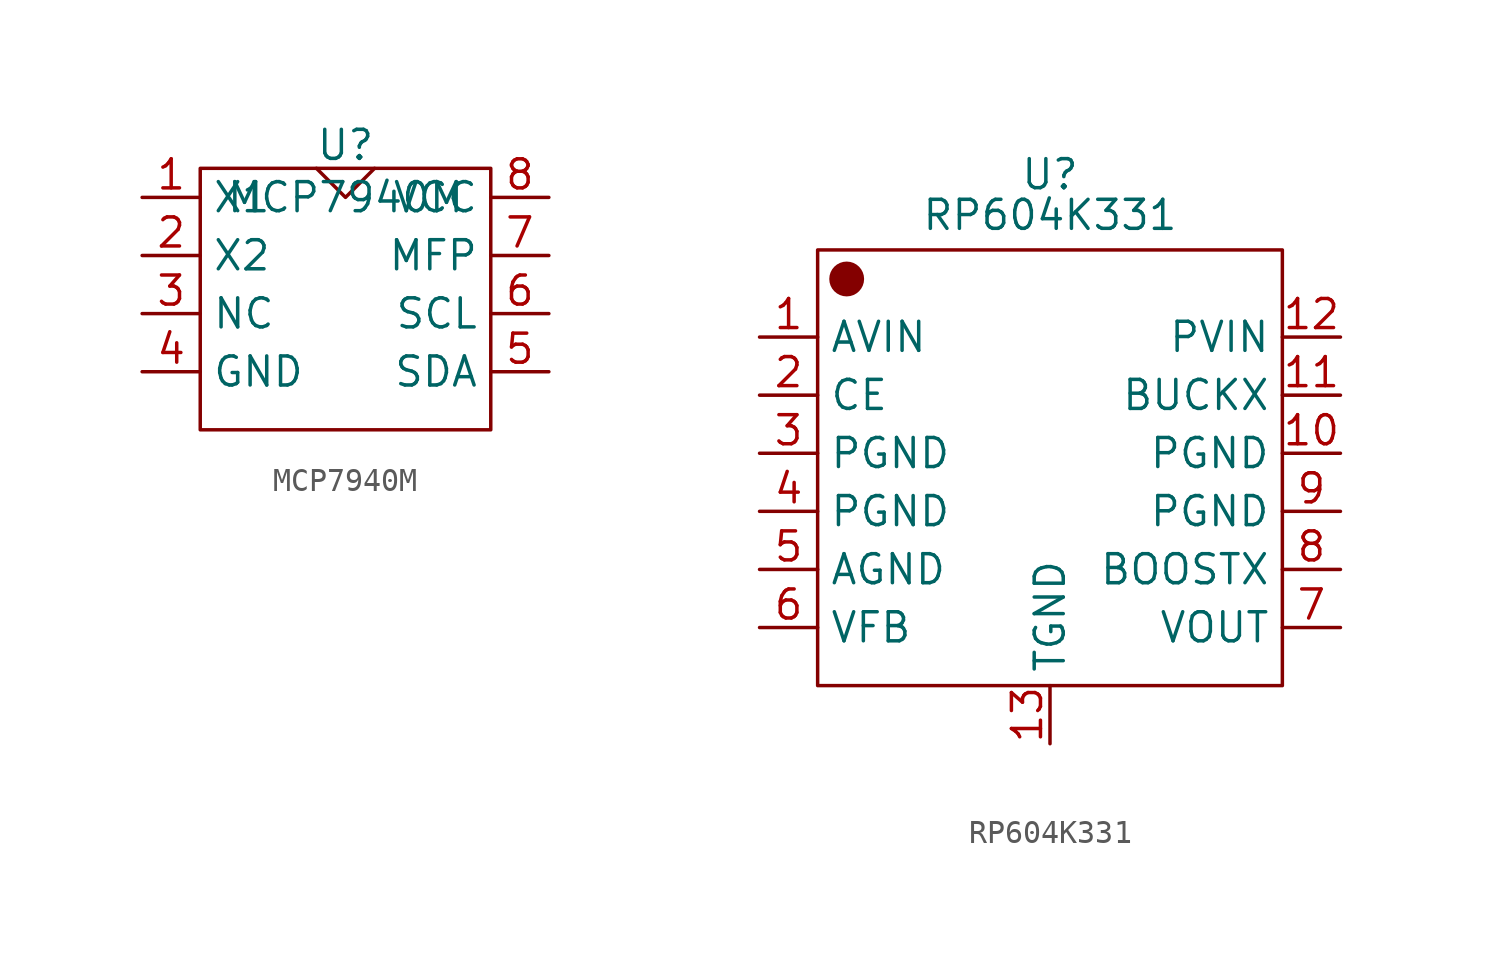
<source format=kicad_sym>
(kicad_symbol_lib
  (version 20241209)
  (generator "kicad_symbol_editor")
  (generator_version "9.0")
  (symbol "MCP7940M"
    (property "Reference" "U"
      (at 0 2.286 0)
      (effects (font (size 1.27 1.27))))
    (property "Value" "MCP7940M"
      (at 0 0 0)
      (effects (font (size 1.27 1.27))))
    (symbol "MCP7940M_0_1"
      (rectangle (start -6.35 1.27) (end 6.35 -10.16) (stroke (width 0) (type default)) (fill (type none)))
      (polyline (pts (xy -1.27 1.27) (xy 0 0) (xy 1.27 1.27)) (stroke (width 0) (type default)) (fill (type none))))
    (symbol "MCP7940M_1_1"
      (pin bidirectional line (at -8.89 0 0) (length 2.54) (name "X1" (effects (font (size 1.27 1.27)))) (number "1" (effects (font (size 1.27 1.27)))))
      (pin bidirectional line (at -8.89 -2.54 0) (length 2.54) (name "X2" (effects (font (size 1.27 1.27)))) (number "2" (effects (font (size 1.27 1.27)))))
      (pin bidirectional line (at -8.89 -5.08 0) (length 2.54) (name "NC" (effects (font (size 1.27 1.27)))) (number "3" (effects (font (size 1.27 1.27)))))
      (pin bidirectional line (at -8.89 -7.62 0) (length 2.54) (name "GND" (effects (font (size 1.27 1.27)))) (number "4" (effects (font (size 1.27 1.27)))))
      (pin bidirectional line (at 8.89 0 180) (length 2.54) (name "VCC" (effects (font (size 1.27 1.27)))) (number "8" (effects (font (size 1.27 1.27)))))
      (pin bidirectional line (at 8.89 -2.54 180) (length 2.54) (name "MFP" (effects (font (size 1.27 1.27)))) (number "7" (effects (font (size 1.27 1.27)))))
      (pin bidirectional line (at 8.89 -5.08 180) (length 2.54) (name "SCL" (effects (font (size 1.27 1.27)))) (number "6" (effects (font (size 1.27 1.27)))))
      (pin bidirectional line (at 8.89 -7.62 180) (length 2.54) (name "SDA" (effects (font (size 1.27 1.27)))) (number "5" (effects (font (size 1.27 1.27)))))))
  (symbol "RP604K331"
    (property "Reference" "U"
      (at 0 3.302 0)
      (effects (font (size 1.27 1.27))))
    (property "Value" "RP604K331"
      (at 0 1.524 0)
      (effects (font (size 1.27 1.27))))
    (symbol "RP604K331_0_1"
      (rectangle (start -10.16 0) (end 10.16 -19.05) (stroke (width 0) (type default)) (fill (type none))))
    (symbol "RP604K331_1_1"
      (circle (center -8.89 -1.27) (radius 0.0001) (stroke (width 0.762) (type solid)) (fill (type none)))
      (pin bidirectional line (at -12.7 -3.81 0) (length 2.54) (name "AVIN" (effects (font (size 1.27 1.27)))) (number "1" (effects (font (size 1.27 1.27)))))
      (pin bidirectional line (at -12.7 -6.35 0) (length 2.54) (name "CE" (effects (font (size 1.27 1.27)))) (number "2" (effects (font (size 1.27 1.27)))))
      (pin bidirectional line (at -12.7 -8.89 0) (length 2.54) (name "PGND" (effects (font (size 1.27 1.27)))) (number "3" (effects (font (size 1.27 1.27)))))
      (pin bidirectional line (at -12.7 -11.43 0) (length 2.54) (name "PGND" (effects (font (size 1.27 1.27)))) (number "4" (effects (font (size 1.27 1.27)))))
      (pin bidirectional line (at -12.7 -13.97 0) (length 2.54) (name "AGND" (effects (font (size 1.27 1.27)))) (number "5" (effects (font (size 1.27 1.27)))))
      (pin bidirectional line (at -12.7 -16.51 0) (length 2.54) (name "VFB" (effects (font (size 1.27 1.27)))) (number "6" (effects (font (size 1.27 1.27)))))
      (pin bidirectional line (at 0 -21.59 90) (length 2.54) (name "TGND" (effects (font (size 1.27 1.27)))) (number "13" (effects (font (size 1.27 1.27)))))
      (pin bidirectional line (at 12.7 -3.81 180) (length 2.54) (name "PVIN" (effects (font (size 1.27 1.27)))) (number "12" (effects (font (size 1.27 1.27)))))
      (pin bidirectional line (at 12.7 -6.35 180) (length 2.54) (name "BUCKX" (effects (font (size 1.27 1.27)))) (number "11" (effects (font (size 1.27 1.27)))))
      (pin bidirectional line (at 12.7 -8.89 180) (length 2.54) (name "PGND" (effects (font (size 1.27 1.27)))) (number "10" (effects (font (size 1.27 1.27)))))
      (pin bidirectional line (at 12.7 -11.43 180) (length 2.54) (name "PGND" (effects (font (size 1.27 1.27)))) (number "9" (effects (font (size 1.27 1.27)))))
      (pin bidirectional line (at 12.7 -13.97 180) (length 2.54) (name "BOOSTX" (effects (font (size 1.27 1.27)))) (number "8" (effects (font (size 1.27 1.27)))))
      (pin bidirectional line (at 12.7 -16.51 180) (length 2.54) (name "VOUT" (effects (font (size 1.27 1.27)))) (number "7" (effects (font (size 1.27 1.27))))))))
</source>
